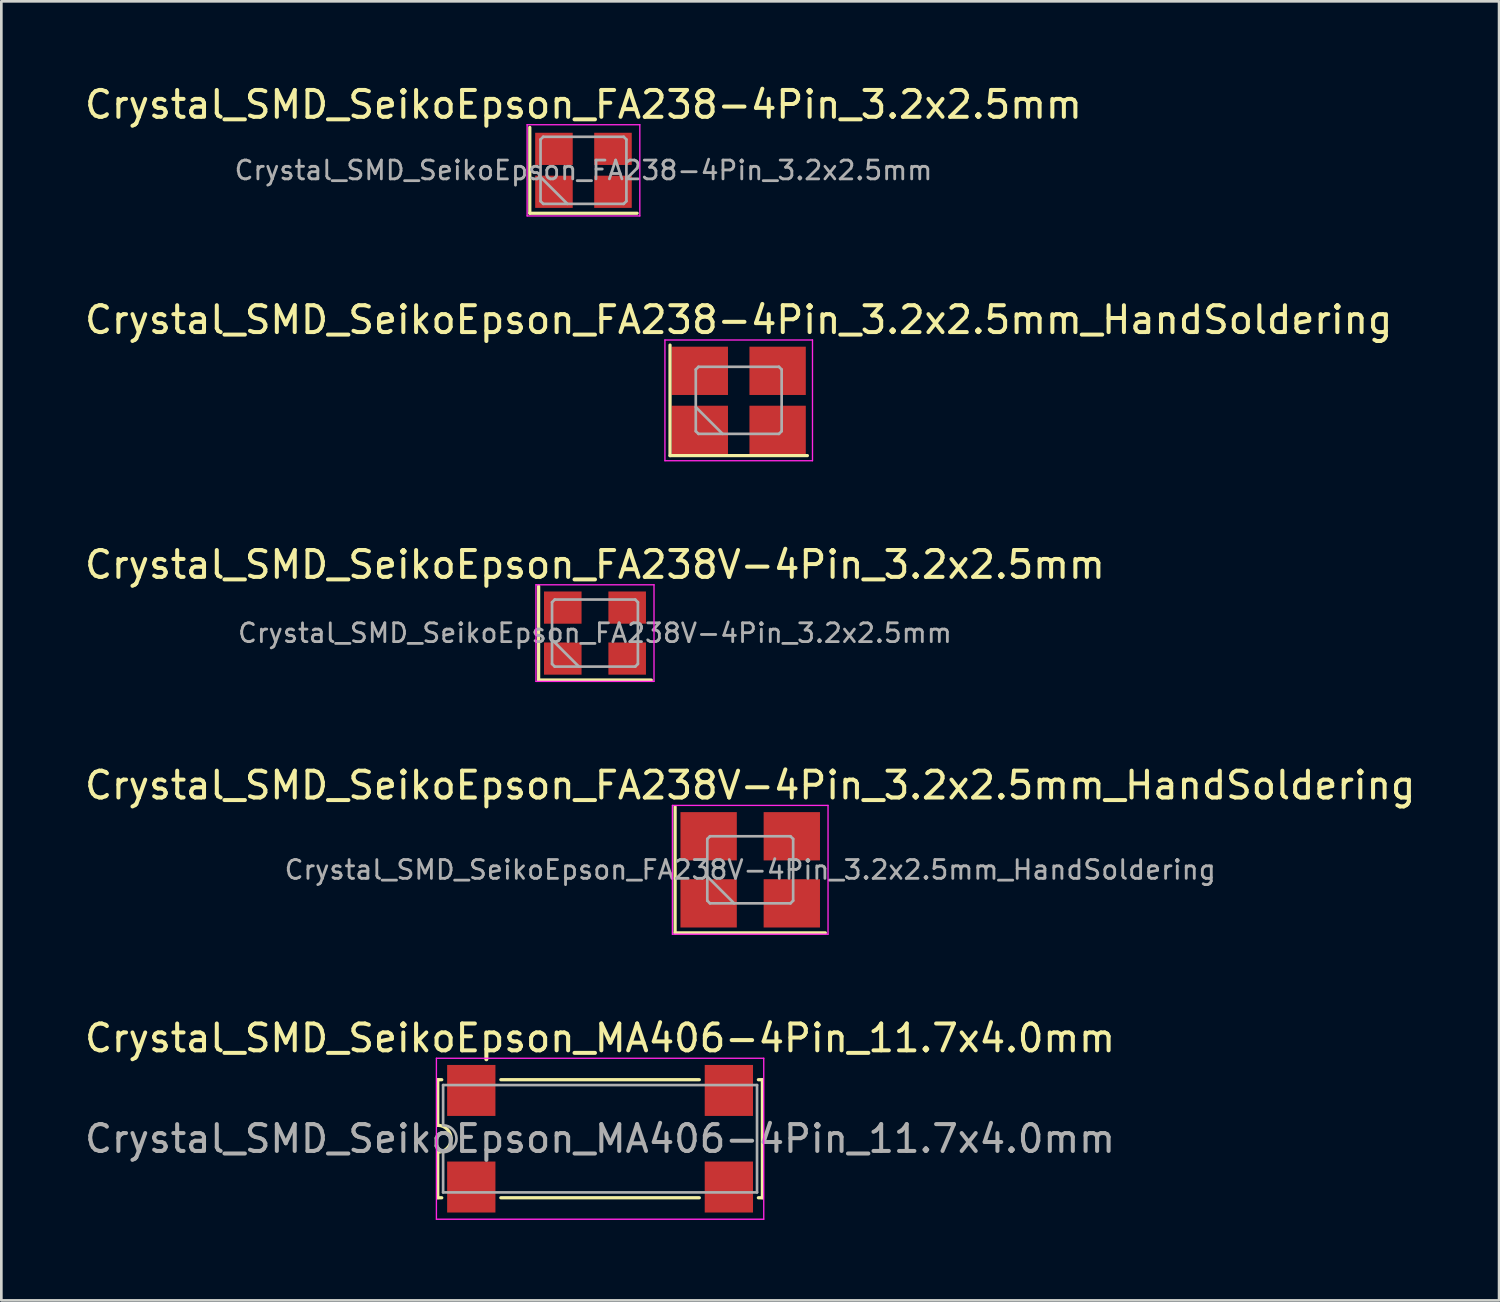
<source format=kicad_pcb>
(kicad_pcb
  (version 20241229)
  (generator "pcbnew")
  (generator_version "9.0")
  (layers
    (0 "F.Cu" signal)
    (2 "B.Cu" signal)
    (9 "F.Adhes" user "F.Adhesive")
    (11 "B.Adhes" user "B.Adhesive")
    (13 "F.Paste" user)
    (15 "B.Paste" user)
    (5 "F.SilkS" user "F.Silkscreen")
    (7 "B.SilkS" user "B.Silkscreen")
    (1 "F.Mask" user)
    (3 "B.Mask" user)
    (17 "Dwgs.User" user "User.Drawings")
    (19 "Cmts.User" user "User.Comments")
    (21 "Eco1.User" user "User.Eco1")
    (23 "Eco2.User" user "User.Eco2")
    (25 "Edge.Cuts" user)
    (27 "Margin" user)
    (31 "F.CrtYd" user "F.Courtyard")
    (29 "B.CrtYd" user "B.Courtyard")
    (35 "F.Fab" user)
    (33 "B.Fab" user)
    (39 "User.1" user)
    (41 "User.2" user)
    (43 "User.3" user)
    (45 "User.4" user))
  (footprint "Crystal_SMD_SeikoEpson_FA238-4Pin_3.2x2.5mm"
    (layer "F.Cu")
    (at 18.696 3.298)
    (property "Reference" "Crystal_SMD_SeikoEpson_FA238-4Pin_3.2x2.5mm" (at 0 -2.45 0) (layer "F.SilkS") (effects (font (size 1 1) (thickness 0.15))))
    (attr smd)
    (fp_line (start -2 -1.6) (end -2 1.6) (stroke (width 0.12) (type solid)) (layer "F.SilkS"))
    (fp_line (start -2 1.6) (end 2 1.6) (stroke (width 0.12) (type solid)) (layer "F.SilkS"))
    (fp_line (start -2.1 -1.7) (end -2.1 1.7) (stroke (width 0.05) (type solid)) (layer "F.CrtYd"))
    (fp_line (start -2.1 1.7) (end 2.1 1.7) (stroke (width 0.05) (type solid)) (layer "F.CrtYd"))
    (fp_line (start 2.1 -1.7) (end -2.1 -1.7) (stroke (width 0.05) (type solid)) (layer "F.CrtYd"))
    (fp_line (start 2.1 1.7) (end 2.1 -1.7) (stroke (width 0.05) (type solid)) (layer "F.CrtYd"))
    (fp_line (start -1.6 -1.15) (end -1.5 -1.25) (stroke (width 0.1) (type solid)) (layer "F.Fab"))
    (fp_line (start -1.6 0.25) (end -0.6 1.25) (stroke (width 0.1) (type solid)) (layer "F.Fab"))
    (fp_line (start -1.6 1.15) (end -1.6 -1.15) (stroke (width 0.1) (type solid)) (layer "F.Fab"))
    (fp_line (start -1.5 -1.25) (end 1.5 -1.25) (stroke (width 0.1) (type solid)) (layer "F.Fab"))
    (fp_line (start -1.5 1.25) (end -1.6 1.15) (stroke (width 0.1) (type solid)) (layer "F.Fab"))
    (fp_line (start 1.5 -1.25) (end 1.6 -1.15) (stroke (width 0.1) (type solid)) (layer "F.Fab"))
    (fp_line (start 1.5 1.25) (end -1.5 1.25) (stroke (width 0.1) (type solid)) (layer "F.Fab"))
    (fp_line (start 1.6 -1.15) (end 1.6 1.15) (stroke (width 0.1) (type solid)) (layer "F.Fab"))
    (fp_line (start 1.6 1.15) (end 1.5 1.25) (stroke (width 0.1) (type solid)) (layer "F.Fab"))
    (fp_text user "${REFERENCE}" (at 0 0 0) (layer "F.Fab") (effects (font (size 0.7 0.7) (thickness 0.105))))
    (pad "1" smd rect (at -1.1 0.8) (size 1.4 1.2) (layers "F.Cu" "F.Mask" "F.Paste"))
    (pad "2" smd rect (at 1.1 0.8) (size 1.4 1.2) (layers "F.Cu" "F.Mask" "F.Paste"))
    (pad "3" smd rect (at 1.1 -0.8) (size 1.4 1.2) (layers "F.Cu" "F.Mask" "F.Paste"))
    (pad "4" smd rect (at -1.1 -0.8) (size 1.4 1.2) (layers "F.Cu" "F.Mask" "F.Paste")))
  (footprint "Crystal_SMD_SeikoEpson_MA406-4Pin_11.7x4.0mm"
    (layer "F.Cu")
    (at 19.315 39.391)
    (property "Reference" "Crystal_SMD_SeikoEpson_MA406-4Pin_11.7x4.0mm" (at 0 -3.75 0) (layer "F.SilkS") (effects (font (size 1 1) (thickness 0.15))))
    (attr smd)
    (fp_line (start -6.05 -2.2) (end -5.9 -2.2) (stroke (width 0.12) (type solid)) (layer "F.SilkS"))
    (fp_line (start -6.05 -0.5) (end -6.05 -2.2) (stroke (width 0.12) (type solid)) (layer "F.SilkS"))
    (fp_line (start -6.05 2.2) (end -6.05 0.5) (stroke (width 0.12) (type solid)) (layer "F.SilkS"))
    (fp_line (start -6.05 2.2) (end -5.9 2.2) (stroke (width 0.12) (type solid)) (layer "F.SilkS"))
    (fp_line (start -3.7 -2.2) (end 3.7 -2.2) (stroke (width 0.12) (type solid)) (layer "F.SilkS"))
    (fp_line (start 3.7 2.2) (end -3.7 2.2) (stroke (width 0.12) (type solid)) (layer "F.SilkS"))
    (fp_line (start 5.9 -2.2) (end 6.05 -2.2) (stroke (width 0.12) (type solid)) (layer "F.SilkS"))
    (fp_line (start 6.05 -2.2) (end 6.05 2.2) (stroke (width 0.12) (type solid)) (layer "F.SilkS"))
    (fp_line (start 6.05 2.2) (end 5.9 2.2) (stroke (width 0.12) (type solid)) (layer "F.SilkS"))
    (fp_arc (start -6.05 -0.5) (mid -5.55 0) (end -6.05 0.5) (stroke (width 0.12) (type solid)) (layer "F.SilkS"))
    (fp_line (start -6.1 -3) (end -6.1 3) (stroke (width 0.05) (type solid)) (layer "F.CrtYd"))
    (fp_line (start -6.1 3) (end 6.1 3) (stroke (width 0.05) (type solid)) (layer "F.CrtYd"))
    (fp_line (start 6.1 -3) (end -6.1 -3) (stroke (width 0.05) (type solid)) (layer "F.CrtYd"))
    (fp_line (start 6.1 3) (end 6.1 -3) (stroke (width 0.05) (type solid)) (layer "F.CrtYd"))
    (fp_line (start -5.85 -2) (end 5.85 -2) (stroke (width 0.1) (type solid)) (layer "F.Fab"))
    (fp_line (start -5.85 -0.5) (end -5.85 -2) (stroke (width 0.1) (type solid)) (layer "F.Fab"))
    (fp_line (start -5.85 2) (end -5.85 0.5) (stroke (width 0.1) (type solid)) (layer "F.Fab"))
    (fp_line (start 5.85 -2) (end 5.85 2) (stroke (width 0.1) (type solid)) (layer "F.Fab"))
    (fp_line (start 5.85 2) (end -5.85 2) (stroke (width 0.1) (type solid)) (layer "F.Fab"))
    (fp_arc (start -5.85 -0.5) (mid -5.35 0) (end -5.85 0.5) (stroke (width 0.1) (type solid)) (layer "F.Fab"))
    (fp_text user "${REFERENCE}" (at 0 0 0) (layer "F.Fab") (effects (font (size 1 1) (thickness 0.15))))
    (pad "1" smd rect (at -4.8 1.8) (size 1.8 1.9) (layers "F.Cu" "F.Mask" "F.Paste"))
    (pad "2" smd rect (at 4.8 1.8) (size 1.8 1.9) (layers "F.Cu" "F.Mask" "F.Paste"))
    (pad "3" smd rect (at 4.8 -1.8) (size 1.8 1.9) (layers "F.Cu" "F.Mask" "F.Paste"))
    (pad "4" smd rect (at -4.8 -1.8) (size 1.8 1.9) (layers "F.Cu" "F.Mask" "F.Paste")))
  (footprint "Crystal_SMD_SeikoEpson_FA238-4Pin_3.2x2.5mm_HandSoldering"
    (layer "F.Cu")
    (at 24.482 11.871)
    (property "Reference" "Crystal_SMD_SeikoEpson_FA238-4Pin_3.2x2.5mm_HandSoldering" (at 0 -3 0) (layer "F.SilkS") (effects (font (size 1 1) (thickness 0.15))))
    (attr smd)
    (fp_line (start -2.56 -2.06) (end -2.56 2.06) (stroke (width 0.12) (type solid)) (layer "F.SilkS"))
    (fp_line (start -2.56 2.06) (end 2.56 2.06) (stroke (width 0.12) (type solid)) (layer "F.SilkS"))
    (fp_line (start -2.75 -2.25) (end -2.75 2.25) (stroke (width 0.05) (type solid)) (layer "F.CrtYd"))
    (fp_line (start -2.75 2.25) (end 2.75 2.25) (stroke (width 0.05) (type solid)) (layer "F.CrtYd"))
    (fp_line (start 2.75 -2.25) (end -2.75 -2.25) (stroke (width 0.05) (type solid)) (layer "F.CrtYd"))
    (fp_line (start 2.75 2.25) (end 2.75 -2.25) (stroke (width 0.05) (type solid)) (layer "F.CrtYd"))
    (fp_line (start -1.6 -1.15) (end -1.5 -1.25) (stroke (width 0.1) (type solid)) (layer "F.Fab"))
    (fp_line (start -1.6 0.25) (end -0.6 1.25) (stroke (width 0.1) (type solid)) (layer "F.Fab"))
    (fp_line (start -1.6 1.15) (end -1.6 -1.15) (stroke (width 0.1) (type solid)) (layer "F.Fab"))
    (fp_line (start -1.5 -1.25) (end 1.5 -1.25) (stroke (width 0.1) (type solid)) (layer "F.Fab"))
    (fp_line (start -1.5 1.25) (end -1.6 1.15) (stroke (width 0.1) (type solid)) (layer "F.Fab"))
    (fp_line (start 1.5 -1.25) (end 1.6 -1.15) (stroke (width 0.1) (type solid)) (layer "F.Fab"))
    (fp_line (start 1.5 1.25) (end -1.5 1.25) (stroke (width 0.1) (type solid)) (layer "F.Fab"))
    (fp_line (start 1.6 -1.15) (end 1.6 1.15) (stroke (width 0.1) (type solid)) (layer "F.Fab"))
    (fp_line (start 1.6 1.15) (end 1.5 1.25) (stroke (width 0.1) (type solid)) (layer "F.Fab"))
    (pad "1" smd rect (at -1.45 1.1) (size 2.1 1.8) (layers "F.Cu" "F.Mask"))
    (pad "2" smd rect (at 1.45 1.1) (size 2.1 1.8) (layers "F.Cu" "F.Mask"))
    (pad "3" smd rect (at 1.45 -1.1) (size 2.1 1.8) (layers "F.Cu" "F.Mask"))
    (pad "4" smd rect (at -1.45 -1.1) (size 2.1 1.8) (layers "F.Cu" "F.Mask")))
  (footprint "Crystal_SMD_SeikoEpson_FA238V-4Pin_3.2x2.5mm"
    (layer "F.Cu")
    (at 19.125 20.545)
    (property "Reference" "Crystal_SMD_SeikoEpson_FA238V-4Pin_3.2x2.5mm" (at 0 -2.55 0) (layer "F.SilkS") (effects (font (size 1 1) (thickness 0.15))))
    (attr smd)
    (fp_line (start -2.1 -1.75) (end -2.1 1.75) (stroke (width 0.12) (type solid)) (layer "F.SilkS"))
    (fp_line (start -2.1 1.75) (end 2.1 1.75) (stroke (width 0.12) (type solid)) (layer "F.SilkS"))
    (fp_line (start -2.2 -1.8) (end -2.2 1.8) (stroke (width 0.05) (type solid)) (layer "F.CrtYd"))
    (fp_line (start -2.2 1.8) (end 2.2 1.8) (stroke (width 0.05) (type solid)) (layer "F.CrtYd"))
    (fp_line (start 2.2 -1.8) (end -2.2 -1.8) (stroke (width 0.05) (type solid)) (layer "F.CrtYd"))
    (fp_line (start 2.2 1.8) (end 2.2 -1.8) (stroke (width 0.05) (type solid)) (layer "F.CrtYd"))
    (fp_line (start -1.6 -1.15) (end -1.5 -1.25) (stroke (width 0.1) (type solid)) (layer "F.Fab"))
    (fp_line (start -1.6 0.25) (end -0.6 1.25) (stroke (width 0.1) (type solid)) (layer "F.Fab"))
    (fp_line (start -1.6 1.15) (end -1.6 -1.15) (stroke (width 0.1) (type solid)) (layer "F.Fab"))
    (fp_line (start -1.5 -1.25) (end 1.5 -1.25) (stroke (width 0.1) (type solid)) (layer "F.Fab"))
    (fp_line (start -1.5 1.25) (end -1.6 1.15) (stroke (width 0.1) (type solid)) (layer "F.Fab"))
    (fp_line (start 1.5 -1.25) (end 1.6 -1.15) (stroke (width 0.1) (type solid)) (layer "F.Fab"))
    (fp_line (start 1.5 1.25) (end -1.5 1.25) (stroke (width 0.1) (type solid)) (layer "F.Fab"))
    (fp_line (start 1.6 -1.15) (end 1.6 1.15) (stroke (width 0.1) (type solid)) (layer "F.Fab"))
    (fp_line (start 1.6 1.15) (end 1.5 1.25) (stroke (width 0.1) (type solid)) (layer "F.Fab"))
    (fp_text user "${REFERENCE}" (at 0 0 0) (layer "F.Fab") (effects (font (size 0.7 0.7) (thickness 0.105))))
    (pad "1" smd rect (at -1.2 0.95) (size 1.4 1.2) (layers "F.Cu" "F.Mask" "F.Paste"))
    (pad "2" smd rect (at 1.2 0.95) (size 1.4 1.2) (layers "F.Cu" "F.Mask" "F.Paste"))
    (pad "3" smd rect (at 1.2 -0.95) (size 1.4 1.2) (layers "F.Cu" "F.Mask" "F.Paste"))
    (pad "4" smd rect (at -1.2 -0.95) (size 1.4 1.2) (layers "F.Cu" "F.Mask" "F.Paste")))
  (footprint "Crystal_SMD_SeikoEpson_FA238V-4Pin_3.2x2.5mm_HandSoldering"
    (layer "F.Cu")
    (at 24.911 29.368)
    (property "Reference" "Crystal_SMD_SeikoEpson_FA238V-4Pin_3.2x2.5mm_HandSoldering" (at 0 -3.15 0) (layer "F.SilkS") (effects (font (size 1 1) (thickness 0.15))))
    (attr smd)
    (fp_line (start -2.8 -2.35) (end -2.8 2.35) (stroke (width 0.12) (type solid)) (layer "F.SilkS"))
    (fp_line (start -2.8 2.35) (end 2.8 2.35) (stroke (width 0.12) (type solid)) (layer "F.SilkS"))
    (fp_line (start -2.9 -2.4) (end -2.9 2.4) (stroke (width 0.05) (type solid)) (layer "F.CrtYd"))
    (fp_line (start -2.9 2.4) (end 2.9 2.4) (stroke (width 0.05) (type solid)) (layer "F.CrtYd"))
    (fp_line (start 2.9 -2.4) (end -2.9 -2.4) (stroke (width 0.05) (type solid)) (layer "F.CrtYd"))
    (fp_line (start 2.9 2.4) (end 2.9 -2.4) (stroke (width 0.05) (type solid)) (layer "F.CrtYd"))
    (fp_line (start -1.6 -1.15) (end -1.5 -1.25) (stroke (width 0.1) (type solid)) (layer "F.Fab"))
    (fp_line (start -1.6 0.25) (end -0.6 1.25) (stroke (width 0.1) (type solid)) (layer "F.Fab"))
    (fp_line (start -1.6 1.15) (end -1.6 -1.15) (stroke (width 0.1) (type solid)) (layer "F.Fab"))
    (fp_line (start -1.5 -1.25) (end 1.5 -1.25) (stroke (width 0.1) (type solid)) (layer "F.Fab"))
    (fp_line (start -1.5 1.25) (end -1.6 1.15) (stroke (width 0.1) (type solid)) (layer "F.Fab"))
    (fp_line (start 1.5 -1.25) (end 1.6 -1.15) (stroke (width 0.1) (type solid)) (layer "F.Fab"))
    (fp_line (start 1.5 1.25) (end -1.5 1.25) (stroke (width 0.1) (type solid)) (layer "F.Fab"))
    (fp_line (start 1.6 -1.15) (end 1.6 1.15) (stroke (width 0.1) (type solid)) (layer "F.Fab"))
    (fp_line (start 1.6 1.15) (end 1.5 1.25) (stroke (width 0.1) (type solid)) (layer "F.Fab"))
    (fp_text user "${REFERENCE}" (at 0 0 0) (layer "F.Fab") (effects (font (size 0.7 0.7) (thickness 0.105))))
    (pad "1" smd rect (at -1.55 1.25) (size 2.1 1.8) (layers "F.Cu" "F.Mask" "F.Paste"))
    (pad "2" smd rect (at 1.55 1.25) (size 2.1 1.8) (layers "F.Cu" "F.Mask" "F.Paste"))
    (pad "3" smd rect (at 1.55 -1.25) (size 2.1 1.8) (layers "F.Cu" "F.Mask" "F.Paste"))
    (pad "4" smd rect (at -1.55 -1.25) (size 2.1 1.8) (layers "F.Cu" "F.Mask" "F.Paste")))
  (gr_rect
    (start -3 -3)
    (end 52.821 45.416)
    (stroke (width 0.1) (type default))
    (fill no)
    (layer "Edge.Cuts")))
</source>
